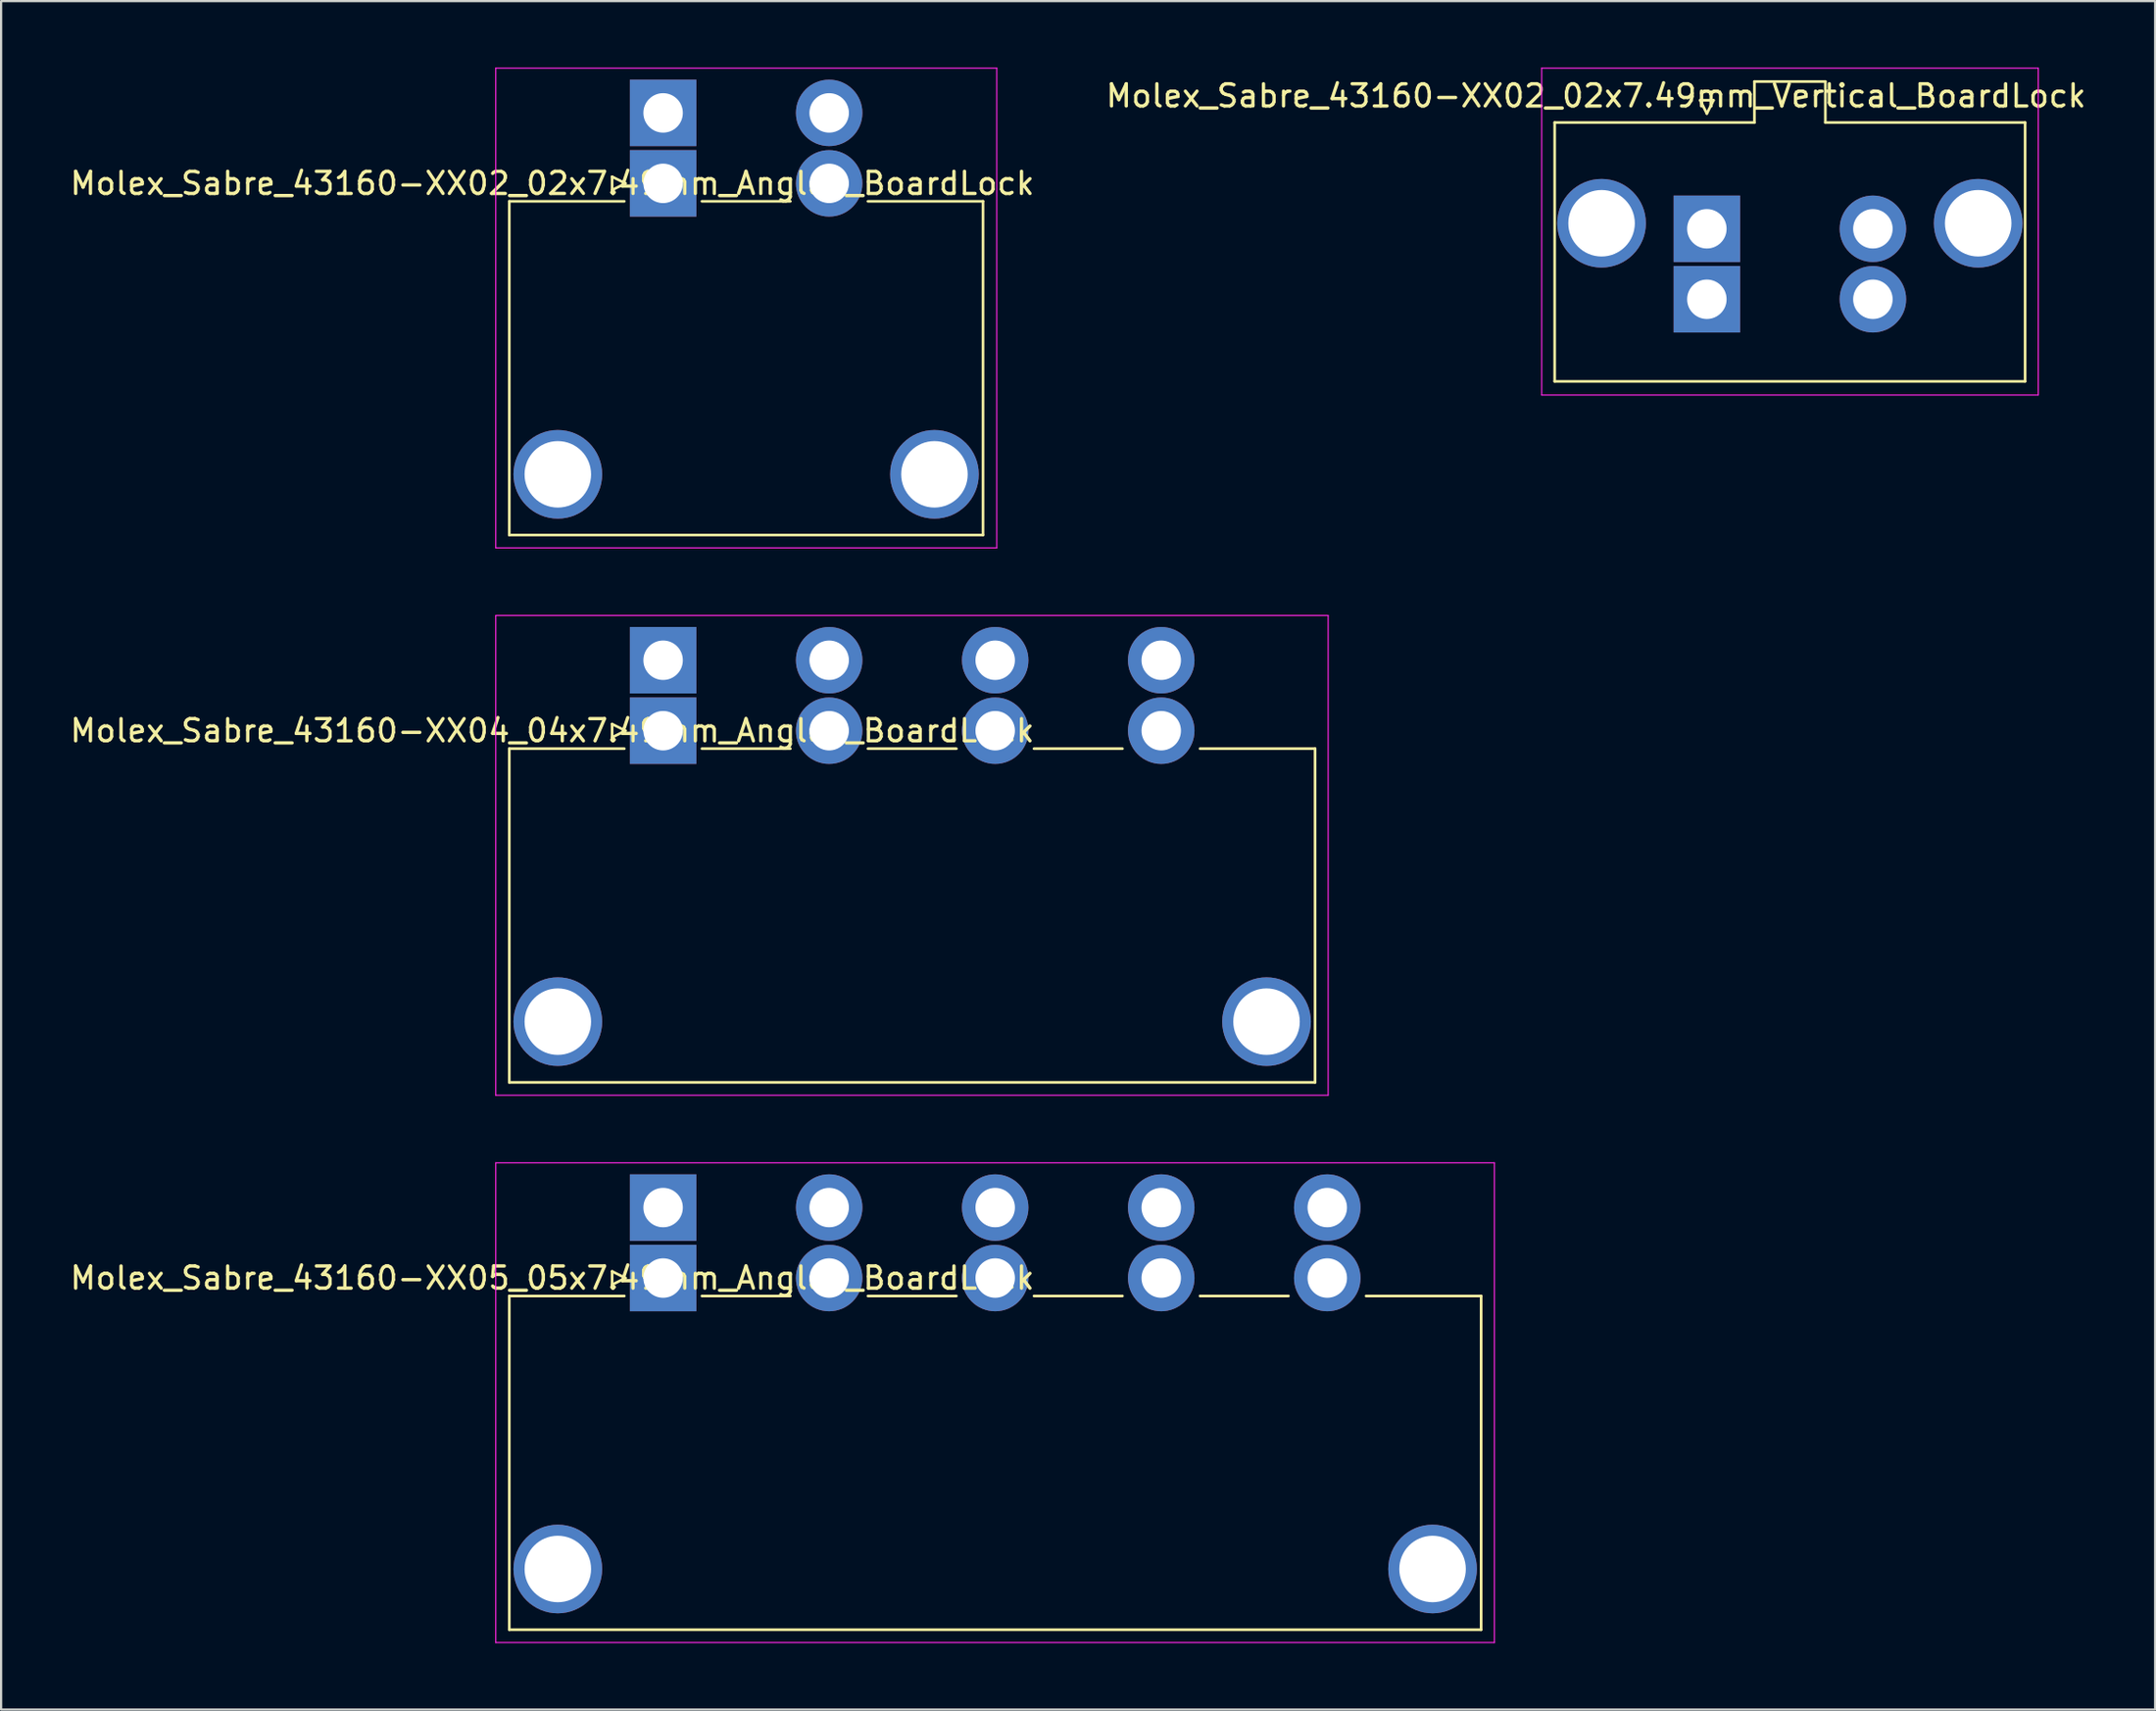
<source format=kicad_pcb>
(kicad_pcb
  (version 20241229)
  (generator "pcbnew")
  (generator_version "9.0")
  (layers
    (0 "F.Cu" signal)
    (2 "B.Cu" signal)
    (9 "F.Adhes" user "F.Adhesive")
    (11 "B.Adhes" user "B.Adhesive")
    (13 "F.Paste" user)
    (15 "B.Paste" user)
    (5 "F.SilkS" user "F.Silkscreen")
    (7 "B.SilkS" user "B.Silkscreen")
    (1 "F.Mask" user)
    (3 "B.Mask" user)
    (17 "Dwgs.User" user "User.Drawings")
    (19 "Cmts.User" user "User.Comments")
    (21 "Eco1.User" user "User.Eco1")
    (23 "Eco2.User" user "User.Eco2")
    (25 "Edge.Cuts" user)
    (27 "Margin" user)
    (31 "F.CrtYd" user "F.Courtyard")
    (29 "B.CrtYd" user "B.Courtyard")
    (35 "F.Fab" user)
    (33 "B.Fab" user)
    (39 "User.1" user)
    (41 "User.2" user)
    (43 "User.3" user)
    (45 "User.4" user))
  (footprint "Molex_Sabre_43160-XX04_04x7.49mm_Angled_BoardLock"
    (layer "F.Cu")
    (at 26.863 29.925)
    (property "Reference" "Molex_Sabre_43160-XX04_04x7.49mm_Angled_BoardLock" (at -5 0 0) (layer "F.SilkS") (effects (font (size 1 1) (thickness 0.15))))
    (attr through_hole)
    (fp_line (start -6.94 0.81) (end -6.94 15.87) (stroke (width 0.12) (type solid)) (layer "F.SilkS"))
    (fp_line (start -6.94 0.81) (end -1.75 0.81) (stroke (width 0.12) (type solid)) (layer "F.SilkS"))
    (fp_line (start -6.94 15.87) (end 29.41 15.87) (stroke (width 0.12) (type solid)) (layer "F.SilkS"))
    (fp_line (start -2.3 -0.3) (end -1.7 0) (stroke (width 0.12) (type solid)) (layer "F.SilkS"))
    (fp_line (start -2.3 0.3) (end -2.3 -0.3) (stroke (width 0.12) (type solid)) (layer "F.SilkS"))
    (fp_line (start -1.7 0) (end -2.3 0.3) (stroke (width 0.12) (type solid)) (layer "F.SilkS"))
    (fp_line (start 1.75 0.81) (end 5.74 0.81) (stroke (width 0.12) (type solid)) (layer "F.SilkS"))
    (fp_line (start 9.24 0.81) (end 13.23 0.81) (stroke (width 0.12) (type solid)) (layer "F.SilkS"))
    (fp_line (start 16.73 0.81) (end 20.72 0.81) (stroke (width 0.12) (type solid)) (layer "F.SilkS"))
    (fp_line (start 24.22 0.81) (end 29.41 0.81) (stroke (width 0.12) (type solid)) (layer "F.SilkS"))
    (fp_line (start 29.41 15.87) (end 29.41 0.81) (stroke (width 0.12) (type solid)) (layer "F.SilkS"))
    (fp_line (start -7.55 -5.2) (end -7.55 16.45) (stroke (width 0.05) (type solid)) (layer "F.CrtYd"))
    (fp_line (start -7.55 16.45) (end 30 16.45) (stroke (width 0.05) (type solid)) (layer "F.CrtYd"))
    (fp_line (start 30 -5.2) (end -7.55 -5.2) (stroke (width 0.05) (type solid)) (layer "F.CrtYd"))
    (fp_line (start 30 16.45) (end 30 -5.2) (stroke (width 0.05) (type solid)) (layer "F.CrtYd"))
    (pad "" thru_hole circle (at -4.75 13.13) (size 4 4) (drill 3) (layers "*.Cu" "*.Mask"))
    (pad "" thru_hole circle (at 27.22 13.13) (size 4 4) (drill 3) (layers "*.Cu" "*.Mask"))
    (pad "1" thru_hole rect (at 0 -3.18) (size 3 3) (drill 1.78) (layers "*.Cu" "*.Mask"))
    (pad "1" thru_hole rect (at 0 0) (size 3 3) (drill 1.78) (layers "*.Cu" "*.Mask"))
    (pad "2" thru_hole circle (at 7.49 -3.18) (size 3 3) (drill 1.78) (layers "*.Cu" "*.Mask"))
    (pad "2" thru_hole circle (at 7.49 0) (size 3 3) (drill 1.78) (layers "*.Cu" "*.Mask"))
    (pad "3" thru_hole circle (at 14.98 -3.18) (size 3 3) (drill 1.78) (layers "*.Cu" "*.Mask"))
    (pad "3" thru_hole circle (at 14.98 0) (size 3 3) (drill 1.78) (layers "*.Cu" "*.Mask"))
    (pad "4" thru_hole circle (at 22.47 -3.18) (size 3 3) (drill 1.78) (layers "*.Cu" "*.Mask"))
    (pad "4" thru_hole circle (at 22.47 0) (size 3 3) (drill 1.78) (layers "*.Cu" "*.Mask")))
  (footprint "Molex_Sabre_43160-XX02_02x7.49mm_Angled_BoardLock"
    (layer "F.Cu")
    (at 26.863 5.225)
    (property "Reference" "Molex_Sabre_43160-XX02_02x7.49mm_Angled_BoardLock" (at -5 0 0) (layer "F.SilkS") (effects (font (size 1 1) (thickness 0.15))))
    (attr through_hole)
    (fp_line (start -6.94 0.81) (end -6.94 15.87) (stroke (width 0.12) (type solid)) (layer "F.SilkS"))
    (fp_line (start -6.94 0.81) (end -1.75 0.81) (stroke (width 0.12) (type solid)) (layer "F.SilkS"))
    (fp_line (start -6.94 15.87) (end 14.43 15.87) (stroke (width 0.12) (type solid)) (layer "F.SilkS"))
    (fp_line (start -2.3 -0.3) (end -1.7 0) (stroke (width 0.12) (type solid)) (layer "F.SilkS"))
    (fp_line (start -2.3 0.3) (end -2.3 -0.3) (stroke (width 0.12) (type solid)) (layer "F.SilkS"))
    (fp_line (start -1.7 0) (end -2.3 0.3) (stroke (width 0.12) (type solid)) (layer "F.SilkS"))
    (fp_line (start 1.75 0.81) (end 5.74 0.81) (stroke (width 0.12) (type solid)) (layer "F.SilkS"))
    (fp_line (start 9.24 0.81) (end 14.43 0.81) (stroke (width 0.12) (type solid)) (layer "F.SilkS"))
    (fp_line (start 14.43 15.87) (end 14.43 0.81) (stroke (width 0.12) (type solid)) (layer "F.SilkS"))
    (fp_line (start -7.55 -5.2) (end -7.55 16.45) (stroke (width 0.05) (type solid)) (layer "F.CrtYd"))
    (fp_line (start -7.55 16.45) (end 15.05 16.45) (stroke (width 0.05) (type solid)) (layer "F.CrtYd"))
    (fp_line (start 15.05 -5.2) (end -7.55 -5.2) (stroke (width 0.05) (type solid)) (layer "F.CrtYd"))
    (fp_line (start 15.05 16.45) (end 15.05 -5.2) (stroke (width 0.05) (type solid)) (layer "F.CrtYd"))
    (pad "" thru_hole circle (at -4.75 13.13) (size 4 4) (drill 3) (layers "*.Cu" "*.Mask"))
    (pad "" thru_hole circle (at 12.24 13.13) (size 4 4) (drill 3) (layers "*.Cu" "*.Mask"))
    (pad "1" thru_hole rect (at 0 -3.18) (size 3 3) (drill 1.78) (layers "*.Cu" "*.Mask"))
    (pad "1" thru_hole rect (at 0 0) (size 3 3) (drill 1.78) (layers "*.Cu" "*.Mask"))
    (pad "2" thru_hole circle (at 7.49 -3.18) (size 3 3) (drill 1.78) (layers "*.Cu" "*.Mask"))
    (pad "2" thru_hole circle (at 7.49 0) (size 3 3) (drill 1.78) (layers "*.Cu" "*.Mask")))
  (footprint "Molex_Sabre_43160-XX02_02x7.49mm_Vertical_BoardLock"
    (layer "F.Cu")
    (at 73.946 7.275)
    (property "Reference" "Molex_Sabre_43160-XX02_02x7.49mm_Vertical_BoardLock" (at -5 -6 0) (layer "F.SilkS") (effects (font (size 1 1) (thickness 0.15))))
    (attr through_hole)
    (fp_line (start -6.865 -4.795) (end 2.145 -4.795) (stroke (width 0.12) (type solid)) (layer "F.SilkS"))
    (fp_line (start -6.865 6.885) (end -6.865 -4.795) (stroke (width 0.12) (type solid)) (layer "F.SilkS"))
    (fp_line (start -0.3 -5.8) (end 0 -5.2) (stroke (width 0.12) (type solid)) (layer "F.SilkS"))
    (fp_line (start 0 -5.2) (end 0.3 -5.8) (stroke (width 0.12) (type solid)) (layer "F.SilkS"))
    (fp_line (start 0.3 -5.8) (end -0.3 -5.8) (stroke (width 0.12) (type solid)) (layer "F.SilkS"))
    (fp_line (start 2.145 -6.645) (end 5.345 -6.645) (stroke (width 0.12) (type solid)) (layer "F.SilkS"))
    (fp_line (start 2.145 -4.795) (end 2.145 -6.645) (stroke (width 0.12) (type solid)) (layer "F.SilkS"))
    (fp_line (start 5.345 -6.645) (end 5.345 -4.795) (stroke (width 0.12) (type solid)) (layer "F.SilkS"))
    (fp_line (start 5.345 -4.795) (end 14.355 -4.795) (stroke (width 0.12) (type solid)) (layer "F.SilkS"))
    (fp_line (start 14.355 -4.795) (end 14.355 6.885) (stroke (width 0.12) (type solid)) (layer "F.SilkS"))
    (fp_line (start 14.355 6.885) (end -6.865 6.885) (stroke (width 0.12) (type solid)) (layer "F.SilkS"))
    (fp_line (start -7.45 -7.25) (end -7.45 7.5) (stroke (width 0.05) (type solid)) (layer "F.CrtYd"))
    (fp_line (start -7.45 7.5) (end 14.95 7.5) (stroke (width 0.05) (type solid)) (layer "F.CrtYd"))
    (fp_line (start 14.95 -7.25) (end -7.45 -7.25) (stroke (width 0.05) (type solid)) (layer "F.CrtYd"))
    (fp_line (start 14.95 7.5) (end 14.95 -7.25) (stroke (width 0.05) (type solid)) (layer "F.CrtYd"))
    (pad "" thru_hole circle (at -4.75 -0.25) (size 4 4) (drill 3) (layers "*.Cu" "*.Mask"))
    (pad "" thru_hole circle (at 12.24 -0.25) (size 4 4) (drill 3) (layers "*.Cu" "*.Mask"))
    (pad "1" thru_hole rect (at 0 0) (size 3 3) (drill 1.78) (layers "*.Cu" "*.Mask"))
    (pad "1" thru_hole rect (at 0 3.18) (size 3 3) (drill 1.78) (layers "*.Cu" "*.Mask"))
    (pad "2" thru_hole circle (at 7.49 0) (size 3 3) (drill 1.78) (layers "*.Cu" "*.Mask"))
    (pad "2" thru_hole circle (at 7.49 3.18) (size 3 3) (drill 1.78) (layers "*.Cu" "*.Mask")))
  (footprint "Molex_Sabre_43160-XX05_05x7.49mm_Angled_BoardLock"
    (layer "F.Cu")
    (at 26.863 54.625)
    (property "Reference" "Molex_Sabre_43160-XX05_05x7.49mm_Angled_BoardLock" (at -5 0 0) (layer "F.SilkS") (effects (font (size 1 1) (thickness 0.15))))
    (attr through_hole)
    (fp_line (start -6.94 0.81) (end -6.94 15.87) (stroke (width 0.12) (type solid)) (layer "F.SilkS"))
    (fp_line (start -6.94 0.81) (end -1.75 0.81) (stroke (width 0.12) (type solid)) (layer "F.SilkS"))
    (fp_line (start -6.94 15.87) (end 36.9 15.87) (stroke (width 0.12) (type solid)) (layer "F.SilkS"))
    (fp_line (start -2.3 -0.3) (end -1.7 0) (stroke (width 0.12) (type solid)) (layer "F.SilkS"))
    (fp_line (start -2.3 0.3) (end -2.3 -0.3) (stroke (width 0.12) (type solid)) (layer "F.SilkS"))
    (fp_line (start -1.7 0) (end -2.3 0.3) (stroke (width 0.12) (type solid)) (layer "F.SilkS"))
    (fp_line (start 1.75 0.81) (end 5.74 0.81) (stroke (width 0.12) (type solid)) (layer "F.SilkS"))
    (fp_line (start 9.24 0.81) (end 13.23 0.81) (stroke (width 0.12) (type solid)) (layer "F.SilkS"))
    (fp_line (start 16.73 0.81) (end 20.72 0.81) (stroke (width 0.12) (type solid)) (layer "F.SilkS"))
    (fp_line (start 24.22 0.81) (end 28.21 0.81) (stroke (width 0.12) (type solid)) (layer "F.SilkS"))
    (fp_line (start 31.71 0.81) (end 36.9 0.81) (stroke (width 0.12) (type solid)) (layer "F.SilkS"))
    (fp_line (start 36.9 15.87) (end 36.9 0.81) (stroke (width 0.12) (type solid)) (layer "F.SilkS"))
    (fp_line (start -7.55 -5.2) (end -7.55 16.45) (stroke (width 0.05) (type solid)) (layer "F.CrtYd"))
    (fp_line (start -7.55 16.45) (end 37.5 16.45) (stroke (width 0.05) (type solid)) (layer "F.CrtYd"))
    (fp_line (start 37.5 -5.2) (end -7.55 -5.2) (stroke (width 0.05) (type solid)) (layer "F.CrtYd"))
    (fp_line (start 37.5 16.45) (end 37.5 -5.2) (stroke (width 0.05) (type solid)) (layer "F.CrtYd"))
    (pad "" thru_hole circle (at -4.75 13.13) (size 4 4) (drill 3) (layers "*.Cu" "*.Mask"))
    (pad "" thru_hole circle (at 34.71 13.13) (size 4 4) (drill 3) (layers "*.Cu" "*.Mask"))
    (pad "1" thru_hole rect (at 0 -3.18) (size 3 3) (drill 1.78) (layers "*.Cu" "*.Mask"))
    (pad "1" thru_hole rect (at 0 0) (size 3 3) (drill 1.78) (layers "*.Cu" "*.Mask"))
    (pad "2" thru_hole circle (at 7.49 -3.18) (size 3 3) (drill 1.78) (layers "*.Cu" "*.Mask"))
    (pad "2" thru_hole circle (at 7.49 0) (size 3 3) (drill 1.78) (layers "*.Cu" "*.Mask"))
    (pad "3" thru_hole circle (at 14.98 -3.18) (size 3 3) (drill 1.78) (layers "*.Cu" "*.Mask"))
    (pad "3" thru_hole circle (at 14.98 0) (size 3 3) (drill 1.78) (layers "*.Cu" "*.Mask"))
    (pad "4" thru_hole circle (at 22.47 -3.18) (size 3 3) (drill 1.78) (layers "*.Cu" "*.Mask"))
    (pad "4" thru_hole circle (at 22.47 0) (size 3 3) (drill 1.78) (layers "*.Cu" "*.Mask"))
    (pad "5" thru_hole circle (at 29.96 -3.18) (size 3 3) (drill 1.78) (layers "*.Cu" "*.Mask"))
    (pad "5" thru_hole circle (at 29.96 0) (size 3 3) (drill 1.78) (layers "*.Cu" "*.Mask")))
  (gr_rect
    (start -3 -3)
    (end 94.167 74.1)
    (stroke (width 0.1) (type default))
    (fill no)
    (layer "Edge.Cuts")))
</source>
